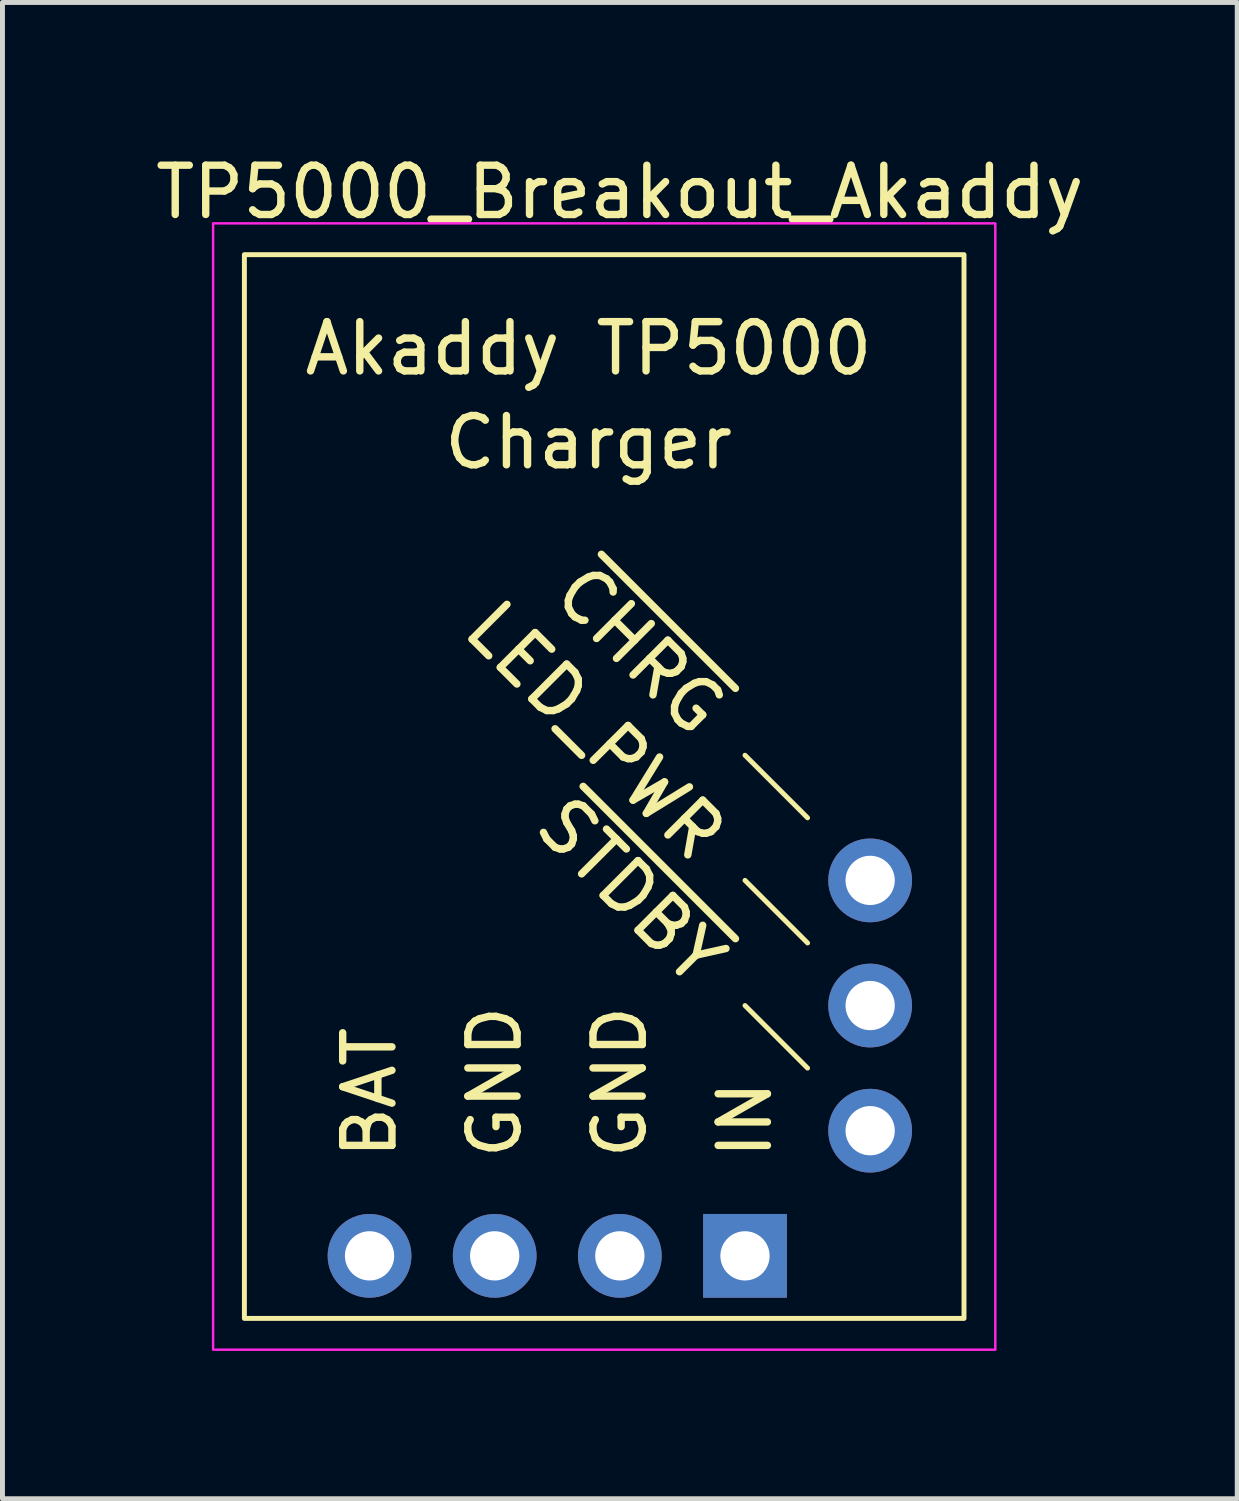
<source format=kicad_pcb>
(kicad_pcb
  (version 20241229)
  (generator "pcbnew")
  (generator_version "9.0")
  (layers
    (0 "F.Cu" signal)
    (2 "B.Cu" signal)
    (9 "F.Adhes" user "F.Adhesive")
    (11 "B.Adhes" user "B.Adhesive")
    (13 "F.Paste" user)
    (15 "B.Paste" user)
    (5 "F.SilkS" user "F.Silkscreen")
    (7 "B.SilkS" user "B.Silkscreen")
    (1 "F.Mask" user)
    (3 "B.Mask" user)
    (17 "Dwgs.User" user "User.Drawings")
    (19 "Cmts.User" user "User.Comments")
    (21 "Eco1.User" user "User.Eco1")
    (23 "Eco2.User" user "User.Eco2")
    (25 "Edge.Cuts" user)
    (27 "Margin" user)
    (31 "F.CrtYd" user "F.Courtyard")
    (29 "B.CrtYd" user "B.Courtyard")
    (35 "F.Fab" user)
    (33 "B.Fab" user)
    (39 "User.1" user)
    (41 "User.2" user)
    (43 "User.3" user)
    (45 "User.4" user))
  (footprint "TP5000_Breakout_Akaddy"
    (layer "F.Cu")
    (at 4.45 22.438)
    (property "Reference" "TP5000_Breakout_Akaddy" (at 5.08 -21.59 0) (unlocked yes) (layer "F.SilkS") (effects (font (size 1 1) (thickness 0.15))))
    (attr through_hole)
    (fp_line (start 8.89 -8.89) (end 7.62 -10.16) (stroke (width 0.1) (type solid)) (layer "F.SilkS"))
    (fp_line (start 8.89 -6.35) (end 7.62 -7.62) (stroke (width 0.1) (type solid)) (layer "F.SilkS"))
    (fp_line (start 8.89 -3.81) (end 7.62 -5.08) (stroke (width 0.1) (type solid)) (layer "F.SilkS"))
    (fp_rect (start -2.54 1.27) (end 12.065 -20.32) (stroke (width 0.1) (type solid)) (fill no) (layer "F.SilkS"))
    (fp_rect (start 12.7 -20.955) (end -3.175 1.905) (stroke (width 0.05) (type solid)) (fill no) (layer "F.CrtYd"))
    (fp_text user "~{CHRG}" (at 6.985 -10.795 315) (unlocked yes) (layer "F.SilkS") (effects (font (size 1 1) (thickness 0.15)) (justify right)))
    (fp_text user "Charger" (at 4.445 -16.51 0) (unlocked yes) (layer "F.SilkS") (effects (font (size 1 1) (thickness 0.15))))
    (fp_text user "GND" (at 5.08 -1.905 90) (unlocked yes) (layer "F.SilkS") (effects (font (size 1 1) (thickness 0.15)) (justify left)))
    (fp_text user "BAT" (at 0 -1.905 90) (unlocked yes) (layer "F.SilkS") (effects (font (size 1 1) (thickness 0.15)) (justify left)))
    (fp_text user "~{STDBY}" (at 6.985 -5.715 315) (unlocked yes) (layer "F.SilkS") (effects (font (size 1 1) (thickness 0.15)) (justify right)))
    (fp_text user "IN" (at 7.62 -1.905 90) (unlocked yes) (layer "F.SilkS") (effects (font (size 1 1) (thickness 0.15)) (justify left)))
    (fp_text user "LED_PWR" (at 6.985 -8.255 315) (unlocked yes) (layer "F.SilkS") (effects (font (size 1 1) (thickness 0.15)) (justify right)))
    (fp_text user "Akaddy TP5000" (at 4.445 -18.415 0) (unlocked yes) (layer "F.SilkS") (effects (font (size 1 1) (thickness 0.15))))
    (fp_text user "GND" (at 2.54 -1.905 90) (unlocked yes) (layer "F.SilkS") (effects (font (size 1 1) (thickness 0.15)) (justify left)))
    (pad "1" thru_hole rect (at 7.62 0 90) (size 1.7 1.7) (drill 1) (layers "*.Cu" "*.Mask"))
    (pad "2" thru_hole oval (at 5.08 0 90) (size 1.7 1.7) (drill 1) (layers "*.Cu" "*.Mask"))
    (pad "3" thru_hole oval (at 0 0 90) (size 1.7 1.7) (drill 1) (layers "*.Cu" "*.Mask"))
    (pad "4" thru_hole oval (at 2.54 0 90) (size 1.7 1.7) (drill 1) (layers "*.Cu" "*.Mask"))
    (pad "10" thru_hole oval (at 10.16 -7.62) (size 1.7 1.7) (drill 1) (layers "*.Cu" "*.Mask"))
    (pad "11" thru_hole oval (at 10.16 -2.54) (size 1.7 1.7) (drill 1) (layers "*.Cu" "*.Mask"))
    (pad "12" thru_hole oval (at 10.16 -5.08) (size 1.7 1.7) (drill 1) (layers "*.Cu" "*.Mask")))
  (gr_rect
    (start -3 -3)
    (end 22.06 27.368)
    (stroke (width 0.1) (type default))
    (fill no)
    (layer "Edge.Cuts")))
</source>
